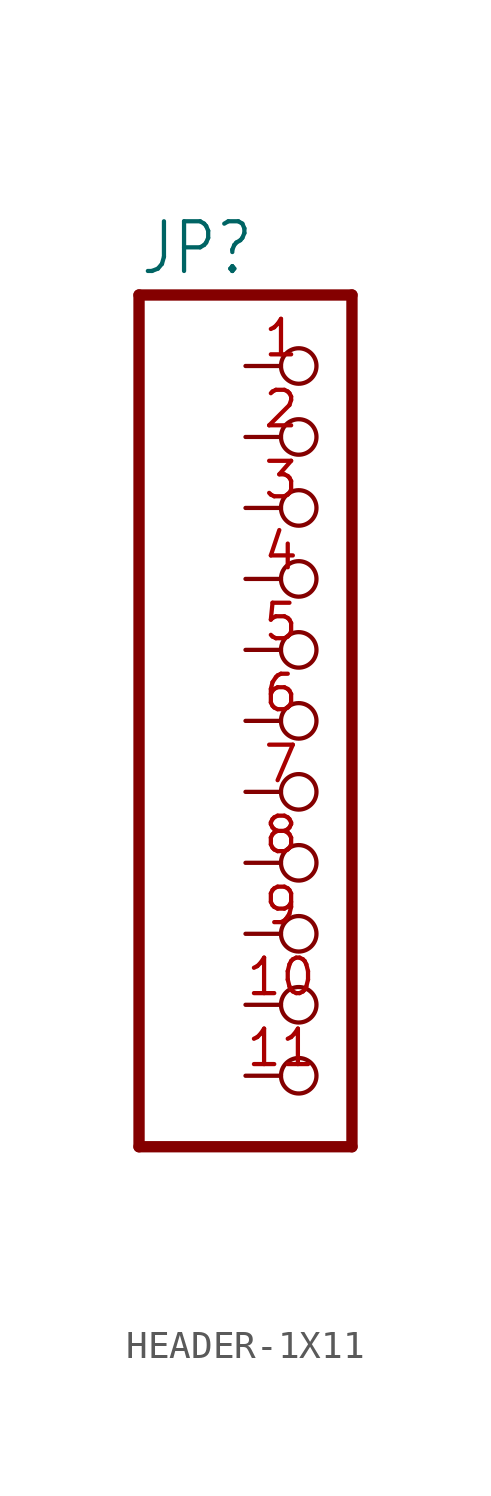
<source format=kicad_sym>
(kicad_symbol_lib
  (version 20231120)
  (generator "kicad_symbol_editor")
  (generator_version "8.0")
  (symbol "HEADER-1X11"
    (property "Reference" "JP"
      (at -6.35 15.875 0)
      (effects (font (size 1.778 1.511)) (justify left bottom)))
    (property "Value" ""
      (at -6.35 -17.78 0)
      (effects (font (size 1.778 1.511)) (justify left bottom)))
    (property "ki_locked" ""
      (at 0 0 0)
      (effects (font (size 1.27 1.27))))
    (symbol "HEADER-1X11_1_0"
      (polyline (pts (xy -6.35 -15.24) (xy 1.27 -15.24)) (stroke (width 0.406) (type solid)) (fill (type none)))
      (polyline (pts (xy -6.35 15.24) (xy -6.35 -15.24)) (stroke (width 0.406) (type solid)) (fill (type none)))
      (polyline (pts (xy 1.27 -15.24) (xy 1.27 15.24)) (stroke (width 0.406) (type solid)) (fill (type none)))
      (polyline (pts (xy 1.27 15.24) (xy -6.35 15.24)) (stroke (width 0.406) (type solid)) (fill (type none)))
      (pin passive inverted (at -2.54 12.7 0) (length 2.54) (name "1" (effects (font (size 0 0)))) (number "1" (effects (font (size 1.27 1.27)))))
      (pin passive inverted (at -2.54 -10.16 0) (length 2.54) (name "10" (effects (font (size 0 0)))) (number "10" (effects (font (size 1.27 1.27)))))
      (pin passive inverted (at -2.54 -12.7 0) (length 2.54) (name "11" (effects (font (size 0 0)))) (number "11" (effects (font (size 1.27 1.27)))))
      (pin passive inverted (at -2.54 10.16 0) (length 2.54) (name "2" (effects (font (size 0 0)))) (number "2" (effects (font (size 1.27 1.27)))))
      (pin passive inverted (at -2.54 7.62 0) (length 2.54) (name "3" (effects (font (size 0 0)))) (number "3" (effects (font (size 1.27 1.27)))))
      (pin passive inverted (at -2.54 5.08 0) (length 2.54) (name "4" (effects (font (size 0 0)))) (number "4" (effects (font (size 1.27 1.27)))))
      (pin passive inverted (at -2.54 2.54 0) (length 2.54) (name "5" (effects (font (size 0 0)))) (number "5" (effects (font (size 1.27 1.27)))))
      (pin passive inverted (at -2.54 0 0) (length 2.54) (name "6" (effects (font (size 0 0)))) (number "6" (effects (font (size 1.27 1.27)))))
      (pin passive inverted (at -2.54 -2.54 0) (length 2.54) (name "7" (effects (font (size 0 0)))) (number "7" (effects (font (size 1.27 1.27)))))
      (pin passive inverted (at -2.54 -5.08 0) (length 2.54) (name "8" (effects (font (size 0 0)))) (number "8" (effects (font (size 1.27 1.27)))))
      (pin passive inverted (at -2.54 -7.62 0) (length 2.54) (name "9" (effects (font (size 0 0)))) (number "9" (effects (font (size 1.27 1.27))))))))
</source>
